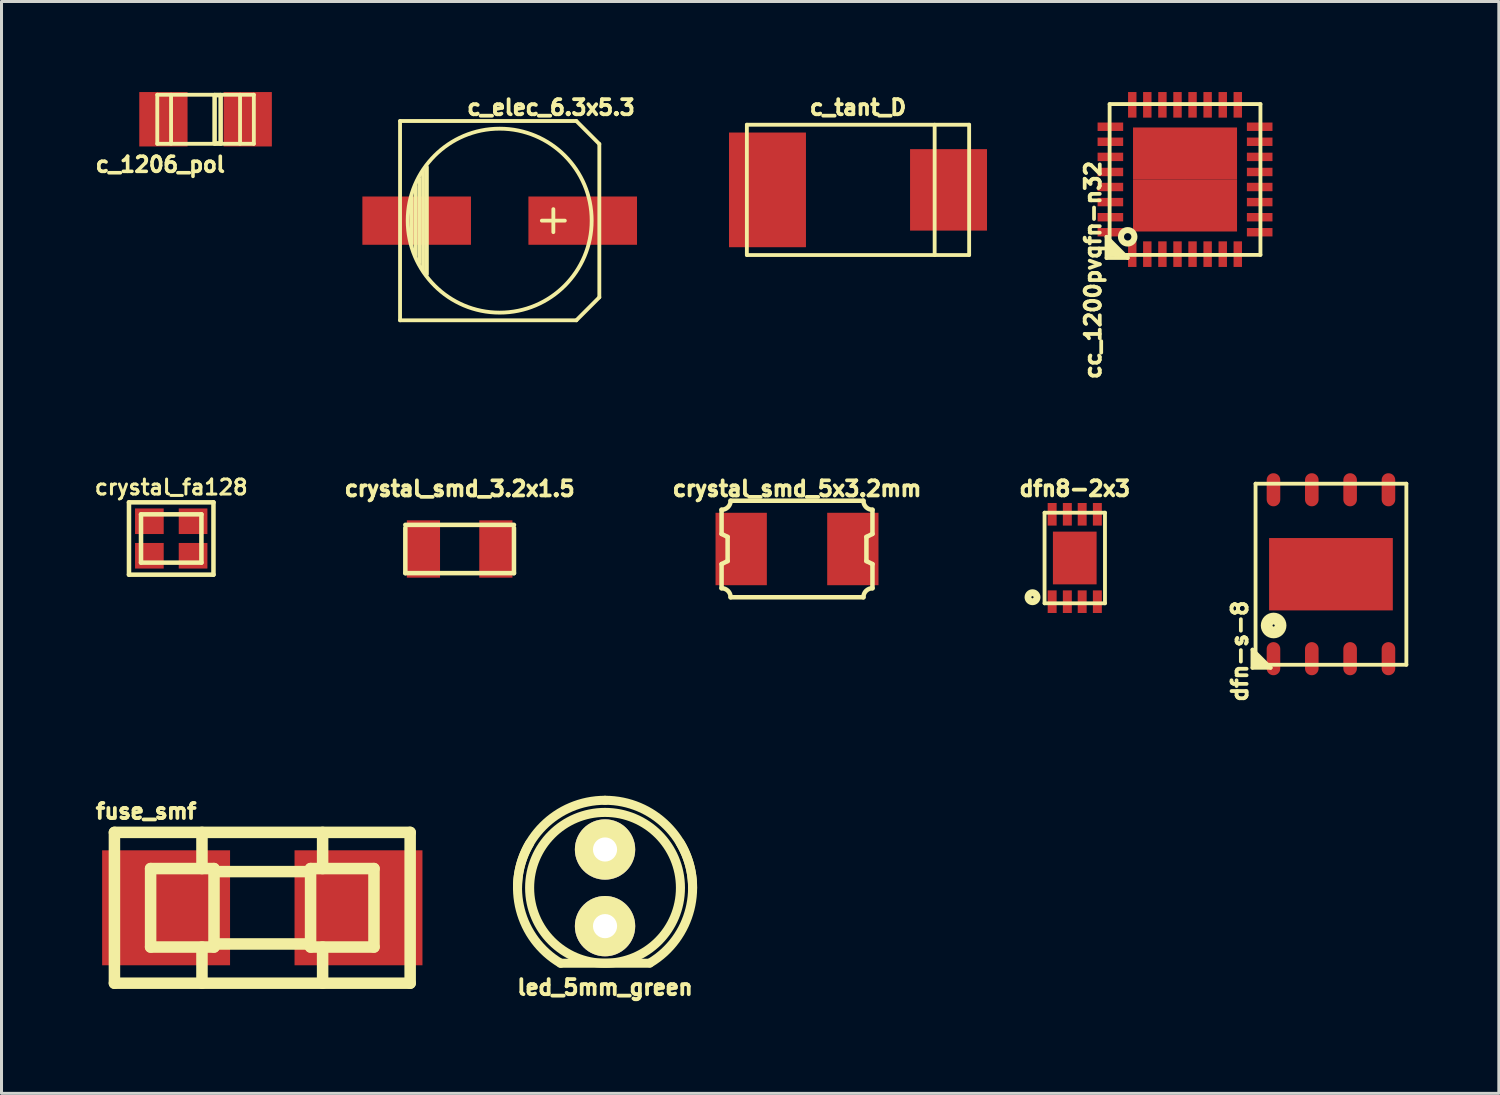
<source format=kicad_pcb>
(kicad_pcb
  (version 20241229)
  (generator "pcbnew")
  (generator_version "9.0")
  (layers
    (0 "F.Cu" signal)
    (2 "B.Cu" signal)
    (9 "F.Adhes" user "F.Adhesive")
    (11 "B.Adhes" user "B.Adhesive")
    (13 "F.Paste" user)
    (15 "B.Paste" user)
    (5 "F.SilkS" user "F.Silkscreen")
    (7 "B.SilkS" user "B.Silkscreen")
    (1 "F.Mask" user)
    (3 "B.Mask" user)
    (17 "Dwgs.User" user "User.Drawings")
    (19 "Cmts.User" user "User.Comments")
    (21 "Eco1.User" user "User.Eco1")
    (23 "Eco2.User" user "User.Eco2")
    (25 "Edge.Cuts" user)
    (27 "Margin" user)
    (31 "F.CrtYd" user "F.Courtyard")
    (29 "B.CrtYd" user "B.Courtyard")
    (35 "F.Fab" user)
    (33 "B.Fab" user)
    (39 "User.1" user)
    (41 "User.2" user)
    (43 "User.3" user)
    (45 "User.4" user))
  (footprint "dfn-s-8"
    (layer "F.Cu")
    (at 41.056 15.979)
    (property "Reference" "dfn-s-8" (at -3.02 2.55 90) (layer "F.SilkS") (effects (font (size 0.5 0.5) (thickness 0.125))))
    (attr through_hole)
    (fp_line (start -2.601 2.499) (end -2.601 3.099) (stroke (width 0.127) (type solid)) (layer "F.SilkS"))
    (fp_line (start -2.601 3.099) (end -1.999 3.099) (stroke (width 0.127) (type solid)) (layer "F.SilkS"))
    (fp_line (start -2.499 -3) (end 2.499 -3) (stroke (width 0.127) (type solid)) (layer "F.SilkS"))
    (fp_line (start -2.499 2.799) (end -2.301 3) (stroke (width 0.127) (type solid)) (layer "F.SilkS"))
    (fp_line (start -2.499 3) (end -2.499 -3) (stroke (width 0.127) (type solid)) (layer "F.SilkS"))
    (fp_line (start -2.4 3) (end -2.499 2.901) (stroke (width 0.127) (type solid)) (layer "F.SilkS"))
    (fp_line (start -2.2 3) (end -2.499 2.7) (stroke (width 0.127) (type solid)) (layer "F.SilkS"))
    (fp_line (start -1.999 3.099) (end -2.601 2.499) (stroke (width 0.127) (type solid)) (layer "F.SilkS"))
    (fp_line (start 2.499 -3) (end 2.499 3) (stroke (width 0.127) (type solid)) (layer "F.SilkS"))
    (fp_line (start 2.499 3) (end -2.499 3) (stroke (width 0.127) (type solid)) (layer "F.SilkS"))
    (fp_circle (center -1.9 1.699) (end -2.2 1.699) (stroke (width 0.127) (type solid)) (fill no) (layer "F.SilkS"))
    (fp_circle (center -1.9 1.699) (end -2.2 1.699) (stroke (width 0.127) (type solid)) (fill no) (layer "F.SilkS"))
    (fp_circle (center -1.9 1.699) (end -2.2 1.9) (stroke (width 0.127) (type solid)) (fill no) (layer "F.SilkS"))
    (fp_circle (center -1.9 1.699) (end -2.101 1.699) (stroke (width 0.127) (type solid)) (fill no) (layer "F.SilkS"))
    (fp_circle (center -1.9 1.699) (end -1.999 1.699) (stroke (width 0.127) (type solid)) (fill no) (layer "F.SilkS"))
    (pad "1" smd oval (at -1.905 2.799) (size 0.45 1.097) (layers "F.Cu" "F.Mask" "F.Paste"))
    (pad "2" smd oval (at -0.635 2.799) (size 0.45 1.097) (layers "F.Cu" "F.Mask" "F.Paste"))
    (pad "3" smd oval (at 0.635 2.799) (size 0.45 1.097) (layers "F.Cu" "F.Mask" "F.Paste"))
    (pad "4" smd oval (at 1.905 2.799) (size 0.45 1.097) (layers "F.Cu" "F.Mask" "F.Paste"))
    (pad "5" smd oval (at 1.905 -2.799) (size 0.45 1.097) (layers "F.Cu" "F.Mask" "F.Paste"))
    (pad "6" smd oval (at 0.635 -2.799) (size 0.45 1.097) (layers "F.Cu" "F.Mask" "F.Paste"))
    (pad "7" smd oval (at -0.635 -2.799) (size 0.45 1.097) (layers "F.Cu" "F.Mask" "F.Paste"))
    (pad "8" smd oval (at -1.905 -2.799) (size 0.45 1.097) (layers "F.Cu" "F.Mask" "F.Paste"))
    (pad "9" smd rect (at 0 0) (size 4.1 2.398) (layers "F.Cu" "F.Mask" "F.Paste")))
  (footprint "led_5mm_green"
    (layer "F.Cu")
    (at 17 26.371)
    (property "Reference" "led_5mm_green" (at 0 3.3 0) (layer "F.SilkS") (effects (font (size 0.5 0.5) (thickness 0.125))))
    (attr through_hole)
    (fp_line (start -1.471 2.499) (end 1.471 2.499) (stroke (width 0.3) (type solid)) (layer "F.SilkS"))
    (fp_arc (start -2.90068 0) (mid -2.05109 -2.05109) (end 0 -2.90068) (stroke (width 0.29972) (type solid)) (layer "F.SilkS"))
    (fp_arc (start -1.47066 2.49936) (mid -2.807228 0.727401) (end -2.49936 -1.47066) (stroke (width 0.29972) (type solid)) (layer "F.SilkS"))
    (fp_arc (start 0 -2.90068) (mid 2.05109 -2.05109) (end 2.90068 0) (stroke (width 0.29972) (type solid)) (layer "F.SilkS"))
    (fp_arc (start 2.4892 -1.49098) (mid 2.814412 0.705848) (end 1.49098 2.4892) (stroke (width 0.29972) (type solid)) (layer "F.SilkS"))
    (fp_circle (center 0 0) (end -2.499 0) (stroke (width 0.3) (type solid)) (fill no) (layer "F.SilkS"))
    (pad "1" thru_hole circle (at 0 -1.27) (size 1.999 1.999) (drill 0.8) (layers "*.Cu" "*.Mask" "F.SilkS"))
    (pad "2" thru_hole circle (at 0 1.27) (size 1.999 1.999) (drill 0.8) (layers "*.Cu" "*.Mask" "F.SilkS")))
  (footprint "c_1206_pol"
    (layer "F.Cu")
    (at 3.762 0.902)
    (property "Reference" "c_1206_pol" (at -1.5 1.5 0) (layer "F.SilkS") (effects (font (size 0.5 0.5) (thickness 0.119))))
    (attr through_hole)
    (fp_line (start -1.6 -0.813) (end -1.6 0.813) (stroke (width 0.127) (type solid)) (layer "F.SilkS"))
    (fp_line (start -1.6 0.813) (end 1.6 0.813) (stroke (width 0.127) (type solid)) (layer "F.SilkS"))
    (fp_line (start -1.143 -0.813) (end -1.143 0.813) (stroke (width 0.127) (type solid)) (layer "F.SilkS"))
    (fp_line (start 0.3 -0.8) (end 0.5 -0.8) (stroke (width 0.15) (type solid)) (layer "F.SilkS"))
    (fp_line (start 0.3 0.8) (end 0.3 -0.8) (stroke (width 0.15) (type solid)) (layer "F.SilkS"))
    (fp_line (start 0.5 -0.8) (end 0.5 0.8) (stroke (width 0.15) (type solid)) (layer "F.SilkS"))
    (fp_line (start 0.5 0.8) (end 0.3 0.8) (stroke (width 0.15) (type solid)) (layer "F.SilkS"))
    (fp_line (start 1.143 0.813) (end 1.143 -0.813) (stroke (width 0.127) (type solid)) (layer "F.SilkS"))
    (fp_line (start 1.6 -0.813) (end -1.6 -0.813) (stroke (width 0.127) (type solid)) (layer "F.SilkS"))
    (fp_line (start 1.6 0.813) (end 1.6 -0.813) (stroke (width 0.127) (type solid)) (layer "F.SilkS"))
    (pad "1" smd rect (at 1.397 0) (size 1.6 1.803) (layers "F.Cu" "F.Mask" "F.Paste"))
    (pad "2" smd rect (at -1.397 0) (size 1.6 1.803) (layers "F.Cu" "F.Mask" "F.Paste")))
  (footprint "crystal_smd_5x3.2mm"
    (layer "F.Cu")
    (at 23.362 15.143)
    (property "Reference" "crystal_smd_5x3.2mm" (at 0 -2 0) (layer "F.SilkS") (effects (font (size 0.5 0.5) (thickness 0.125))))
    (attr through_hole)
    (fp_line (start -2.5 -0.5) (end -2.5 -1.3) (stroke (width 0.15) (type solid)) (layer "F.SilkS"))
    (fp_line (start -2.5 -0.5) (end -2.3 -0.4) (stroke (width 0.15) (type solid)) (layer "F.SilkS"))
    (fp_line (start -2.5 0.5) (end -2.3 0.4) (stroke (width 0.15) (type solid)) (layer "F.SilkS"))
    (fp_line (start -2.5 1.3) (end -2.5 0.5) (stroke (width 0.15) (type solid)) (layer "F.SilkS"))
    (fp_line (start -2.3 0.4) (end -2.3 -0.4) (stroke (width 0.15) (type solid)) (layer "F.SilkS"))
    (fp_line (start -2.2 -1.6) (end 2.2 -1.6) (stroke (width 0.15) (type solid)) (layer "F.SilkS"))
    (fp_line (start -2.2 1.6) (end 2.2 1.6) (stroke (width 0.15) (type solid)) (layer "F.SilkS"))
    (fp_line (start 2.3 -0.4) (end 2.5 -0.5) (stroke (width 0.15) (type solid)) (layer "F.SilkS"))
    (fp_line (start 2.3 0.4) (end 2.3 -0.4) (stroke (width 0.15) (type solid)) (layer "F.SilkS"))
    (fp_line (start 2.3 0.4) (end 2.5 0.5) (stroke (width 0.15) (type solid)) (layer "F.SilkS"))
    (fp_line (start 2.5 -0.5) (end 2.5 -1.3) (stroke (width 0.15) (type solid)) (layer "F.SilkS"))
    (fp_line (start 2.5 1.3) (end 2.5 0.5) (stroke (width 0.15) (type solid)) (layer "F.SilkS"))
    (fp_arc (start -2.5 1.3) (mid -2.287868 1.387868) (end -2.2 1.6) (stroke (width 0.15) (type solid)) (layer "F.SilkS"))
    (fp_arc (start -2.2 -1.6) (mid -2.287868 -1.387868) (end -2.5 -1.3) (stroke (width 0.15) (type solid)) (layer "F.SilkS"))
    (fp_arc (start 2.2 1.6) (mid 2.287868 1.387868) (end 2.5 1.3) (stroke (width 0.15) (type solid)) (layer "F.SilkS"))
    (fp_arc (start 2.5 -1.3) (mid 2.287868 -1.387868) (end 2.2 -1.6) (stroke (width 0.15) (type solid)) (layer "F.SilkS"))
    (pad "1" smd rect (at -1.85 0) (size 1.7 2.4) (layers "F.Cu" "F.Mask" "F.Paste"))
    (pad "2" smd rect (at 1.85 0) (size 1.7 2.4) (layers "F.Cu" "F.Mask" "F.Paste")))
  (footprint "crystal_smd_3.2x1.5"
    (layer "F.Cu")
    (at 12.182 15.143)
    (property "Reference" "crystal_smd_3.2x1.5" (at 0 -2 0) (layer "F.SilkS") (effects (font (size 0.5 0.5) (thickness 0.125))))
    (attr through_hole)
    (fp_line (start -1.8 -0.8) (end 1.8 -0.8) (stroke (width 0.15) (type solid)) (layer "F.SilkS"))
    (fp_line (start -1.8 0.8) (end -1.8 -0.7) (stroke (width 0.15) (type solid)) (layer "F.SilkS"))
    (fp_line (start 1.8 -0.7) (end 1.8 0.8) (stroke (width 0.15) (type solid)) (layer "F.SilkS"))
    (fp_line (start 1.8 0.8) (end -1.8 0.8) (stroke (width 0.15) (type solid)) (layer "F.SilkS"))
    (pad "1" smd rect (at -1.2 0) (size 1.1 1.9) (layers "F.Cu" "F.Mask" "F.Paste"))
    (pad "2" smd rect (at 1.2 0) (size 1.1 1.9) (layers "F.Cu" "F.Mask" "F.Paste")))
  (footprint "fuse_smf"
    (layer "F.Cu")
    (at 5.642 27.033)
    (property "Reference" "fuse_smf" (at -3.85 -3.2 0) (layer "F.SilkS") (effects (font (size 0.5 0.5) (thickness 0.125))))
    (attr through_hole)
    (fp_line (start -4.9 -2.499) (end 4.9 -2.499) (stroke (width 0.381) (type solid)) (layer "F.SilkS"))
    (fp_line (start -4.9 2.499) (end -4.9 -2.499) (stroke (width 0.381) (type solid)) (layer "F.SilkS"))
    (fp_line (start -3.701 -1.3) (end -3.701 1.3) (stroke (width 0.381) (type solid)) (layer "F.SilkS"))
    (fp_line (start -3.701 -1.3) (end -1.6 -1.3) (stroke (width 0.381) (type solid)) (layer "F.SilkS"))
    (fp_line (start -1.999 -2.499) (end -1.999 -1.3) (stroke (width 0.381) (type solid)) (layer "F.SilkS"))
    (fp_line (start -1.999 2.499) (end -1.999 1.3) (stroke (width 0.381) (type solid)) (layer "F.SilkS"))
    (fp_line (start -1.6 -1.3) (end -1.6 1.3) (stroke (width 0.381) (type solid)) (layer "F.SilkS"))
    (fp_line (start -1.6 1.3) (end -3.701 1.3) (stroke (width 0.381) (type solid)) (layer "F.SilkS"))
    (fp_line (start 1.6 -1.3) (end 1.6 1.3) (stroke (width 0.381) (type solid)) (layer "F.SilkS"))
    (fp_line (start 1.6 -1.199) (end -1.6 -1.199) (stroke (width 0.381) (type solid)) (layer "F.SilkS"))
    (fp_line (start 1.6 1.199) (end -1.6 1.199) (stroke (width 0.381) (type solid)) (layer "F.SilkS"))
    (fp_line (start 1.999 -1.3) (end 1.999 -2.499) (stroke (width 0.381) (type solid)) (layer "F.SilkS"))
    (fp_line (start 1.999 2.499) (end 1.999 1.3) (stroke (width 0.381) (type solid)) (layer "F.SilkS"))
    (fp_line (start 3.701 -1.3) (end 1.6 -1.3) (stroke (width 0.381) (type solid)) (layer "F.SilkS"))
    (fp_line (start 3.701 1.3) (end 1.6 1.3) (stroke (width 0.381) (type solid)) (layer "F.SilkS"))
    (fp_line (start 3.701 1.3) (end 3.701 -1.3) (stroke (width 0.381) (type solid)) (layer "F.SilkS"))
    (fp_line (start 4.9 -2.499) (end 4.9 2.499) (stroke (width 0.381) (type solid)) (layer "F.SilkS"))
    (fp_line (start 4.9 2.499) (end -4.9 2.499) (stroke (width 0.381) (type solid)) (layer "F.SilkS"))
    (pad "1" smd rect (at -3.188 0) (size 4.239 3.81) (layers "F.Cu" "F.Mask" "F.Paste"))
    (pad "2" smd rect (at 3.188 0) (size 4.239 3.81) (layers "F.Cu" "F.Mask" "F.Paste")))
  (footprint "cc_1200pvqfn-n32"
    (layer "F.Cu")
    (at 36.22 2.898)
    (property "Reference" "cc_1200pvqfn-n32" (at -3.05 3 90) (layer "F.SilkS") (effects (font (size 0.5 0.5) (thickness 0.125))))
    (attr through_hole)
    (fp_line (start -2.601 1.9) (end -2.601 2.601) (stroke (width 0.127) (type solid)) (layer "F.SilkS"))
    (fp_line (start -2.601 2.601) (end -1.9 2.601) (stroke (width 0.127) (type solid)) (layer "F.SilkS"))
    (fp_line (start -2.502 2.2) (end -2.202 2.499) (stroke (width 0.127) (type solid)) (layer "F.SilkS"))
    (fp_line (start -2.499 -2.499) (end 2.499 -2.499) (stroke (width 0.127) (type solid)) (layer "F.SilkS"))
    (fp_line (start -2.499 2.499) (end -2.499 -2.499) (stroke (width 0.127) (type solid)) (layer "F.SilkS"))
    (fp_line (start -2.299 2.499) (end -2.499 2.299) (stroke (width 0.127) (type solid)) (layer "F.SilkS"))
    (fp_line (start -2.103 2.502) (end -2.502 2.103) (stroke (width 0.127) (type solid)) (layer "F.SilkS"))
    (fp_line (start -1.9 2.601) (end -2.601 1.9) (stroke (width 0.127) (type solid)) (layer "F.SilkS"))
    (fp_line (start 2.499 -2.499) (end 2.499 2.499) (stroke (width 0.127) (type solid)) (layer "F.SilkS"))
    (fp_line (start 2.499 2.499) (end -2.499 2.499) (stroke (width 0.127) (type solid)) (layer "F.SilkS"))
    (fp_circle (center -1.9 1.9) (end -1.702 2.002) (stroke (width 0.201) (type solid)) (fill no) (layer "F.SilkS"))
    (pad "1" smd rect (at -1.748 2.474) (size 0.279 0.848) (layers "F.Cu" "F.Mask" "F.Paste"))
    (pad "2" smd rect (at -1.25 2.474) (size 0.279 0.848) (layers "F.Cu" "F.Mask" "F.Paste"))
    (pad "3" smd rect (at -0.749 2.474) (size 0.279 0.848) (layers "F.Cu" "F.Mask" "F.Paste"))
    (pad "4" smd rect (at -0.249 2.474) (size 0.279 0.848) (layers "F.Cu" "F.Mask" "F.Paste"))
    (pad "5" smd rect (at 0.249 2.474) (size 0.279 0.848) (layers "F.Cu" "F.Mask" "F.Paste"))
    (pad "6" smd rect (at 0.749 2.474) (size 0.279 0.848) (layers "F.Cu" "F.Mask" "F.Paste"))
    (pad "7" smd rect (at 1.25 2.474) (size 0.279 0.848) (layers "F.Cu" "F.Mask" "F.Paste"))
    (pad "8" smd rect (at 1.748 2.474) (size 0.279 0.848) (layers "F.Cu" "F.Mask" "F.Paste"))
    (pad "9" smd rect (at 2.474 1.748) (size 0.848 0.279) (layers "F.Cu" "F.Mask" "F.Paste"))
    (pad "10" smd rect (at 2.474 1.25) (size 0.848 0.279) (layers "F.Cu" "F.Mask" "F.Paste"))
    (pad "11" smd rect (at 2.474 0.749) (size 0.848 0.279) (layers "F.Cu" "F.Mask" "F.Paste"))
    (pad "12" smd rect (at 2.474 0.249) (size 0.848 0.279) (layers "F.Cu" "F.Mask" "F.Paste"))
    (pad "13" smd rect (at 2.474 -0.249) (size 0.848 0.279) (layers "F.Cu" "F.Mask" "F.Paste"))
    (pad "14" smd rect (at 2.474 -0.749) (size 0.848 0.279) (layers "F.Cu" "F.Mask" "F.Paste"))
    (pad "15" smd rect (at 2.474 -1.25) (size 0.848 0.279) (layers "F.Cu" "F.Mask" "F.Paste"))
    (pad "16" smd rect (at 2.474 -1.748) (size 0.848 0.279) (layers "F.Cu" "F.Mask" "F.Paste"))
    (pad "17" smd rect (at 1.748 -2.474) (size 0.279 0.848) (layers "F.Cu" "F.Mask" "F.Paste"))
    (pad "18" smd rect (at 1.25 -2.474) (size 0.279 0.848) (layers "F.Cu" "F.Mask" "F.Paste"))
    (pad "19" smd rect (at 0.749 -2.474) (size 0.279 0.848) (layers "F.Cu" "F.Mask" "F.Paste"))
    (pad "20" smd rect (at 0.249 -2.474) (size 0.279 0.848) (layers "F.Cu" "F.Mask" "F.Paste"))
    (pad "21" smd rect (at -0.249 -2.474) (size 0.279 0.848) (layers "F.Cu" "F.Mask" "F.Paste"))
    (pad "22" smd rect (at -0.749 -2.474) (size 0.279 0.848) (layers "F.Cu" "F.Mask" "F.Paste"))
    (pad "23" smd rect (at -1.25 -2.474) (size 0.279 0.848) (layers "F.Cu" "F.Mask" "F.Paste"))
    (pad "24" smd rect (at -1.748 -2.474) (size 0.279 0.848) (layers "F.Cu" "F.Mask" "F.Paste"))
    (pad "25" smd rect (at -2.474 -1.748) (size 0.848 0.279) (layers "F.Cu" "F.Mask" "F.Paste"))
    (pad "26" smd rect (at -2.474 -1.25) (size 0.848 0.279) (layers "F.Cu" "F.Mask" "F.Paste"))
    (pad "27" smd rect (at -2.474 -0.749) (size 0.848 0.279) (layers "F.Cu" "F.Mask" "F.Paste"))
    (pad "28" smd rect (at -2.474 -0.249) (size 0.848 0.279) (layers "F.Cu" "F.Mask" "F.Paste"))
    (pad "29" smd rect (at -2.474 0.249) (size 0.848 0.279) (layers "F.Cu" "F.Mask" "F.Paste"))
    (pad "30" smd rect (at -2.474 0.749) (size 0.848 0.279) (layers "F.Cu" "F.Mask" "F.Paste"))
    (pad "31" smd rect (at -2.474 1.25) (size 0.848 0.279) (layers "F.Cu" "F.Mask" "F.Paste"))
    (pad "32" smd rect (at -2.474 1.748) (size 0.848 0.279) (layers "F.Cu" "F.Mask" "F.Paste"))
    (pad "33" smd rect (at -0.861 -0.861) (size 1.725 1.725) (layers "F.Cu" "F.Mask" "F.Paste"))
    (pad "33" smd rect (at -0.861 0.861) (size 1.725 1.725) (layers "F.Cu" "F.Mask" "F.Paste"))
    (pad "33" smd rect (at 0.861 -0.861) (size 1.725 1.725) (layers "F.Cu" "F.Mask" "F.Paste"))
    (pad "33" smd rect (at 0.861 0.861) (size 1.725 1.725) (layers "F.Cu" "F.Mask" "F.Paste")))
  (footprint "dfn8-2x3"
    (layer "F.Cu")
    (at 32.566 15.441)
    (property "Reference" "dfn8-2x3" (at 0 -2.299 0) (layer "F.SilkS") (effects (font (size 0.5 0.5) (thickness 0.125))))
    (attr through_hole)
    (fp_line (start -1.001 -1.501) (end 1.001 -1.501) (stroke (width 0.127) (type solid)) (layer "F.SilkS"))
    (fp_line (start -1.001 1.501) (end -1.001 -1.501) (stroke (width 0.127) (type solid)) (layer "F.SilkS"))
    (fp_line (start -1.001 1.501) (end 1.001 1.501) (stroke (width 0.127) (type solid)) (layer "F.SilkS"))
    (fp_line (start 1.001 -1.501) (end 1.001 1.501) (stroke (width 0.127) (type solid)) (layer "F.SilkS"))
    (fp_circle (center -1.402 1.3) (end -1.402 1.4) (stroke (width 0.127) (type solid)) (fill no) (layer "F.SilkS"))
    (fp_circle (center -1.4 1.3) (end -1.6 1.3) (stroke (width 0.127) (type solid)) (fill no) (layer "F.SilkS"))
    (pad "1" smd rect (at -0.749 1.448) (size 0.297 0.749) (layers "F.Cu" "F.Mask" "F.Paste"))
    (pad "2" smd rect (at -0.246 1.448) (size 0.297 0.749) (layers "F.Cu" "F.Mask" "F.Paste"))
    (pad "3" smd rect (at 0.246 1.448) (size 0.297 0.749) (layers "F.Cu" "F.Mask" "F.Paste"))
    (pad "4" smd rect (at 0.749 1.448) (size 0.297 0.749) (layers "F.Cu" "F.Mask" "F.Paste"))
    (pad "5" smd rect (at 0.749 -1.448) (size 0.297 0.749) (layers "F.Cu" "F.Mask" "F.Paste"))
    (pad "6" smd rect (at 0.246 -1.448) (size 0.297 0.749) (layers "F.Cu" "F.Mask" "F.Paste"))
    (pad "7" smd rect (at -0.246 -1.448) (size 0.297 0.749) (layers "F.Cu" "F.Mask" "F.Paste"))
    (pad "8" smd rect (at -0.749 -1.448) (size 0.297 0.749) (layers "F.Cu" "F.Mask" "F.Paste"))
    (pad "9" smd rect (at 0 0) (size 1.448 1.748) (layers "F.Cu" "F.Mask" "F.Paste")))
  (footprint "c_tant_D"
    (layer "F.Cu")
    (at 25.383 3.242)
    (property "Reference" "c_tant_D" (at 0 -2.731 0) (layer "F.SilkS") (effects (font (size 0.5 0.5) (thickness 0.125))))
    (attr through_hole)
    (fp_line (start -3.683 -2.159) (end -3.683 2.159) (stroke (width 0.127) (type solid)) (layer "F.SilkS"))
    (fp_line (start -3.683 2.159) (end 3.683 2.159) (stroke (width 0.127) (type solid)) (layer "F.SilkS"))
    (fp_line (start 2.54 -2.159) (end 2.54 2.159) (stroke (width 0.127) (type solid)) (layer "F.SilkS"))
    (fp_line (start 3.683 -2.159) (end -3.683 -2.159) (stroke (width 0.127) (type solid)) (layer "F.SilkS"))
    (fp_line (start 3.683 2.159) (end 3.683 -2.159) (stroke (width 0.127) (type solid)) (layer "F.SilkS"))
    (pad "1" smd rect (at -3 0) (size 2.55 3.8) (layers "F.Cu" "F.Mask" "F.Paste"))
    (pad "2" smd rect (at 3 0) (size 2.55 2.7) (layers "F.Cu" "F.Mask" "F.Paste")))
  (footprint "c_elec_6.3x5.3"
    (layer "F.Cu")
    (at 13.509 4.262)
    (property "Reference" "c_elec_6.3x5.3" (at 1.7 -3.75 0) (layer "F.SilkS") (effects (font (size 0.5 0.5) (thickness 0.125))))
    (attr through_hole)
    (fp_line (start -3.302 -3.302) (end -3.302 3.302) (stroke (width 0.127) (type solid)) (layer "F.SilkS"))
    (fp_line (start -3.302 3.302) (end 2.54 3.302) (stroke (width 0.127) (type solid)) (layer "F.SilkS"))
    (fp_line (start -2.921 -0.762) (end -2.921 0.762) (stroke (width 0.127) (type solid)) (layer "F.SilkS"))
    (fp_line (start -2.794 1.143) (end -2.794 -1.143) (stroke (width 0.127) (type solid)) (layer "F.SilkS"))
    (fp_line (start -2.667 -1.397) (end -2.667 1.397) (stroke (width 0.127) (type solid)) (layer "F.SilkS"))
    (fp_line (start -2.54 1.651) (end -2.54 -1.651) (stroke (width 0.127) (type solid)) (layer "F.SilkS"))
    (fp_line (start -2.413 -1.778) (end -2.413 1.778) (stroke (width 0.127) (type solid)) (layer "F.SilkS"))
    (fp_line (start 1.778 -0.381) (end 1.778 0.381) (stroke (width 0.127) (type solid)) (layer "F.SilkS"))
    (fp_line (start 2.159 0) (end 1.397 0) (stroke (width 0.127) (type solid)) (layer "F.SilkS"))
    (fp_line (start 2.54 -3.302) (end -3.302 -3.302) (stroke (width 0.127) (type solid)) (layer "F.SilkS"))
    (fp_line (start 2.54 3.302) (end 3.302 2.54) (stroke (width 0.127) (type solid)) (layer "F.SilkS"))
    (fp_line (start 3.302 -2.54) (end 2.54 -3.302) (stroke (width 0.127) (type solid)) (layer "F.SilkS"))
    (fp_line (start 3.302 2.54) (end 3.302 -2.54) (stroke (width 0.127) (type solid)) (layer "F.SilkS"))
    (fp_circle (center 0 0) (end -3.048 0) (stroke (width 0.127) (type solid)) (fill no) (layer "F.SilkS"))
    (pad "1" smd rect (at 2.751 0) (size 3.599 1.6) (layers "F.Cu" "F.Mask" "F.Paste"))
    (pad "2" smd rect (at -2.751 0) (size 3.599 1.6) (layers "F.Cu" "F.Mask" "F.Paste")))
  (footprint "crystal_fa128"
    (layer "F.Cu")
    (at 2.624 14.795)
    (property "Reference" "crystal_fa128" (at 0 -1.699 0) (layer "F.SilkS") (effects (font (size 0.498 0.498) (thickness 0.099))))
    (attr through_hole)
    (fp_line (start -1.4 -1.199) (end 1.4 -1.199) (stroke (width 0.15) (type solid)) (layer "F.SilkS"))
    (fp_line (start -1.4 1.199) (end -1.4 -1.199) (stroke (width 0.15) (type solid)) (layer "F.SilkS"))
    (fp_line (start -1.001 -0.8) (end -1.001 0.8) (stroke (width 0.15) (type solid)) (layer "F.SilkS"))
    (fp_line (start -1.001 0.8) (end 1.001 0.8) (stroke (width 0.15) (type solid)) (layer "F.SilkS"))
    (fp_line (start 1.001 -0.8) (end -1.001 -0.8) (stroke (width 0.15) (type solid)) (layer "F.SilkS"))
    (fp_line (start 1.001 0.8) (end 1.001 -0.8) (stroke (width 0.15) (type solid)) (layer "F.SilkS"))
    (fp_line (start 1.4 -1.199) (end 1.4 1.199) (stroke (width 0.15) (type solid)) (layer "F.SilkS"))
    (fp_line (start 1.4 1.199) (end -1.4 1.199) (stroke (width 0.15) (type solid)) (layer "F.SilkS"))
    (pad "1" smd rect (at -0.724 0.572) (size 0.95 0.848) (layers "F.Cu" "F.Mask" "F.Paste"))
    (pad "2" smd rect (at 0.724 0.572) (size 0.95 0.848) (layers "F.Cu" "F.Mask" "F.Paste"))
    (pad "3" smd rect (at 0.724 -0.572) (size 0.95 0.848) (layers "F.Cu" "F.Mask" "F.Paste"))
    (pad "4" smd rect (at -0.724 -0.572) (size 0.95 0.848) (layers "F.Cu" "F.Mask" "F.Paste")))
  (gr_rect
    (start -3 -3)
    (end 46.619 33.183)
    (stroke (width 0.1) (type default))
    (fill no)
    (layer "Edge.Cuts")))
</source>
